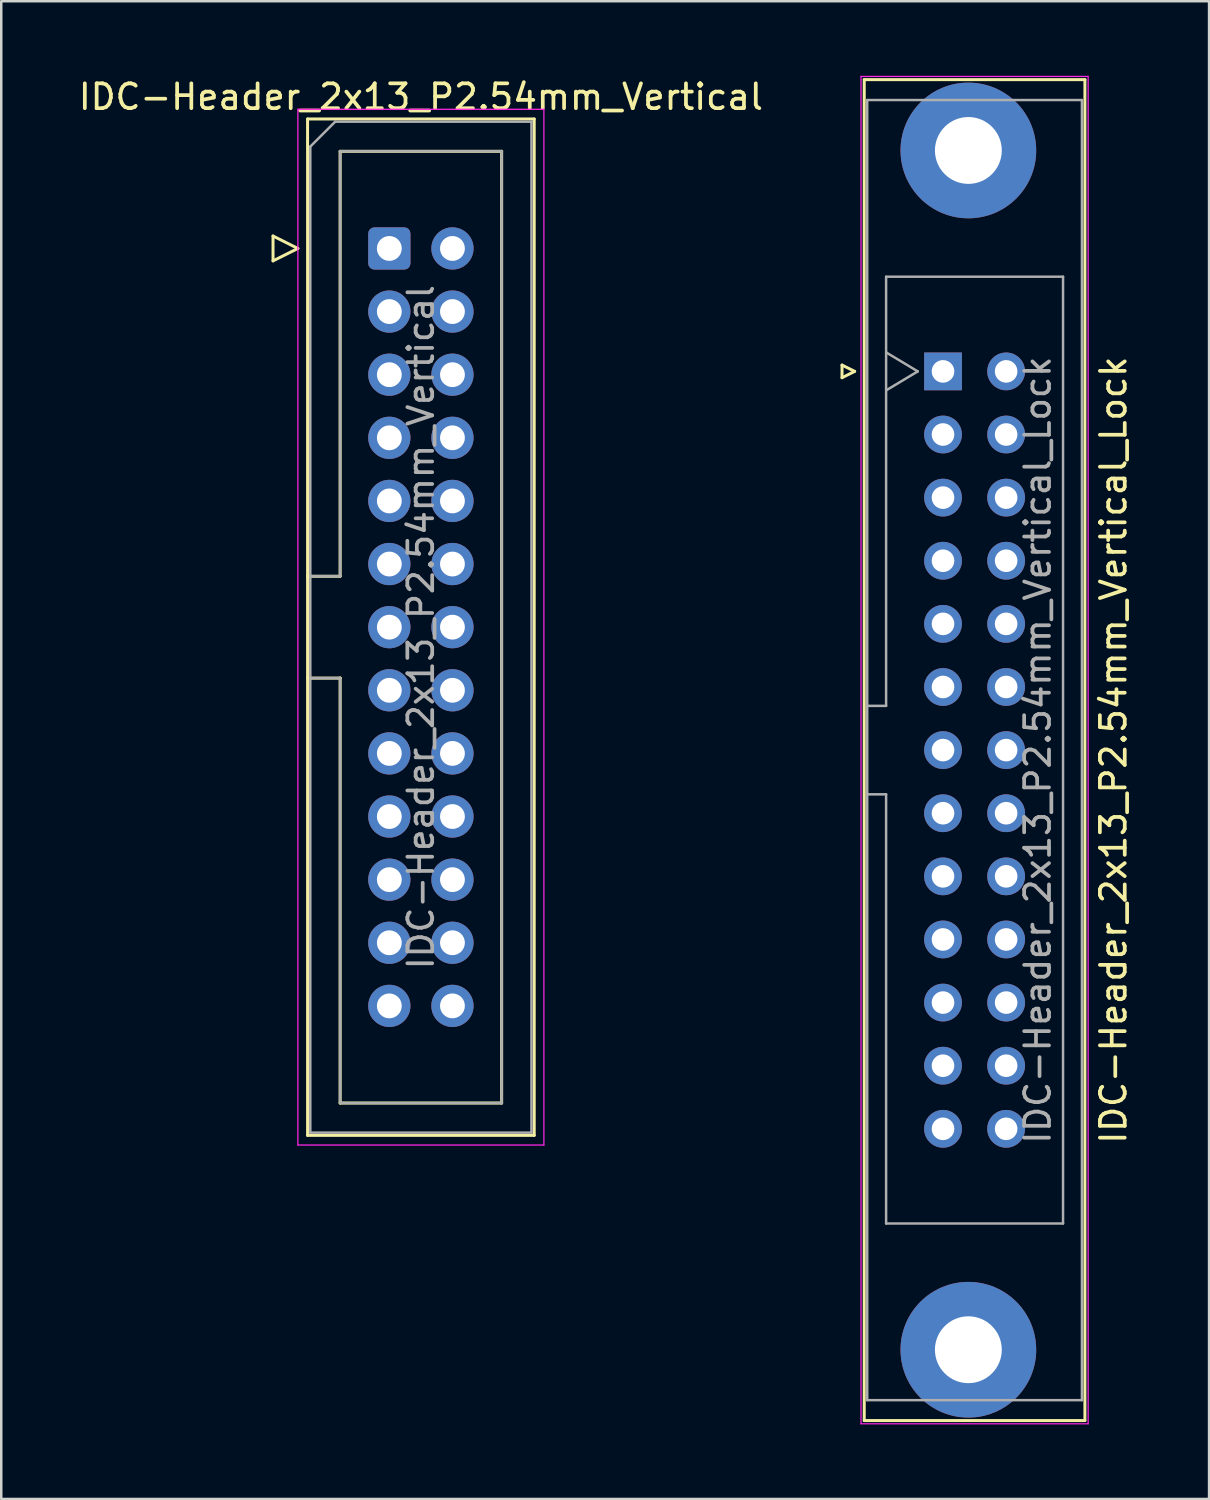
<source format=kicad_pcb>
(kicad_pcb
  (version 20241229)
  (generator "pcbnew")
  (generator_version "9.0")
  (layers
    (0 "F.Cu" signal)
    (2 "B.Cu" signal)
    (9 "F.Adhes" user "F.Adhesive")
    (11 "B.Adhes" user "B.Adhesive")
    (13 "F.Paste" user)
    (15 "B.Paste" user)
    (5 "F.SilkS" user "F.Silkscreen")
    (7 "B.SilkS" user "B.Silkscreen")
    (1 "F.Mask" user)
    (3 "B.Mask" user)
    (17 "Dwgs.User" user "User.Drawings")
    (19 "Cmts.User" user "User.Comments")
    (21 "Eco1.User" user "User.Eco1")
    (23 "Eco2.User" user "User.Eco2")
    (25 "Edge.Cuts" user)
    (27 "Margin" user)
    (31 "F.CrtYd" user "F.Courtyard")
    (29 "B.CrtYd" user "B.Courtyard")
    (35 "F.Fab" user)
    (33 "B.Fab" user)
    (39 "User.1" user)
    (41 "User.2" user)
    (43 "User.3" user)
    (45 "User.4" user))
  (footprint "IDC-Header_2x13_P2.54mm_Vertical_Lock"
    (layer "F.Cu")
    (at 34.898 11.895)
    (property "Reference" "IDC-Header_2x13_P2.54mm_Vertical_Lock" (at 6.858 15.24 270) (layer "F.SilkS") (effects (font (size 1 1) (thickness 0.15))))
    (attr through_hole)
    (fp_line (start -4.064 -0.254) (end -3.556 0) (stroke (width 0.12) (type solid)) (layer "F.SilkS"))
    (fp_line (start -4.064 0.254) (end -4.064 -0.254) (stroke (width 0.12) (type solid)) (layer "F.SilkS"))
    (fp_line (start -3.556 0) (end -4.064 0.254) (stroke (width 0.12) (type solid)) (layer "F.SilkS"))
    (fp_line (start -3.17 42.22) (end -3.17 -11.74) (stroke (width 0.12) (type solid)) (layer "F.SilkS"))
    (fp_line (start -3.17 42.22) (end 5.71 42.22) (stroke (width 0.12) (type solid)) (layer "F.SilkS"))
    (fp_line (start 5.71 -11.74) (end -3.17 -11.74) (stroke (width 0.12) (type solid)) (layer "F.SilkS"))
    (fp_line (start 5.71 -11.74) (end 5.71 42.22) (stroke (width 0.12) (type solid)) (layer "F.SilkS"))
    (fp_line (start -3.3 42.35) (end -3.3 -11.87) (stroke (width 0.05) (type solid)) (layer "F.CrtYd"))
    (fp_line (start -3.3 42.35) (end 5.84 42.35) (stroke (width 0.05) (type solid)) (layer "F.CrtYd"))
    (fp_line (start 5.84 -11.87) (end -3.3 -11.87) (stroke (width 0.05) (type solid)) (layer "F.CrtYd"))
    (fp_line (start 5.84 -11.87) (end 5.84 42.35) (stroke (width 0.05) (type solid)) (layer "F.CrtYd"))
    (fp_line (start -3.05 -10.92) (end -3.05 41.4) (stroke (width 0.1) (type solid)) (layer "F.Fab"))
    (fp_line (start -3.05 13.46) (end -2.29 13.46) (stroke (width 0.1) (type solid)) (layer "F.Fab"))
    (fp_line (start -3.05 41.4) (end 5.59 41.4) (stroke (width 0.1) (type solid)) (layer "F.Fab"))
    (fp_line (start -2.29 -3.81) (end 4.83 -3.81) (stroke (width 0.1) (type solid)) (layer "F.Fab"))
    (fp_line (start -2.29 13.46) (end -2.29 -3.81) (stroke (width 0.1) (type solid)) (layer "F.Fab"))
    (fp_line (start -2.29 17.02) (end -3.05 17.02) (stroke (width 0.1) (type solid)) (layer "F.Fab"))
    (fp_line (start -2.29 34.29) (end -2.29 17.02) (stroke (width 0.1) (type solid)) (layer "F.Fab"))
    (fp_line (start -2.286 -0.762) (end -1.016 0) (stroke (width 0.1) (type solid)) (layer "F.Fab"))
    (fp_line (start -1.016 0) (end -2.286 0.762) (stroke (width 0.1) (type solid)) (layer "F.Fab"))
    (fp_line (start 4.83 -3.81) (end 4.83 34.29) (stroke (width 0.1) (type solid)) (layer "F.Fab"))
    (fp_line (start 4.83 34.29) (end -2.29 34.29) (stroke (width 0.1) (type solid)) (layer "F.Fab"))
    (fp_line (start 5.59 -10.92) (end -3.05 -10.92) (stroke (width 0.1) (type solid)) (layer "F.Fab"))
    (fp_line (start 5.59 41.4) (end 5.59 -10.92) (stroke (width 0.1) (type solid)) (layer "F.Fab"))
    (fp_text user "${REFERENCE}" (at 3.81 15.24 90) (layer "F.Fab") (effects (font (size 1 1) (thickness 0.15))))
    (pad "" thru_hole circle (at 1.02 -8.89 270) (size 5.46 5.46) (drill 2.69) (layers "*.Cu" "*.Mask"))
    (pad "" thru_hole circle (at 1.02 39.37 270) (size 5.46 5.46) (drill 2.69) (layers "*.Cu" "*.Mask"))
    (pad "1" thru_hole rect (at 0 0 270) (size 1.52 1.52) (drill 0.91) (layers "*.Cu" "*.Mask"))
    (pad "2" thru_hole circle (at 2.54 0 270) (size 1.52 1.52) (drill 0.91) (layers "*.Cu" "*.Mask"))
    (pad "3" thru_hole circle (at 0 2.54 270) (size 1.52 1.52) (drill 0.91) (layers "*.Cu" "*.Mask"))
    (pad "4" thru_hole circle (at 2.54 2.54 270) (size 1.52 1.52) (drill 0.91) (layers "*.Cu" "*.Mask"))
    (pad "5" thru_hole circle (at 0 5.08 270) (size 1.52 1.52) (drill 0.91) (layers "*.Cu" "*.Mask"))
    (pad "6" thru_hole circle (at 2.54 5.08 270) (size 1.52 1.52) (drill 0.91) (layers "*.Cu" "*.Mask"))
    (pad "7" thru_hole circle (at 0 7.62 270) (size 1.52 1.52) (drill 0.91) (layers "*.Cu" "*.Mask"))
    (pad "8" thru_hole circle (at 2.54 7.62 270) (size 1.52 1.52) (drill 0.91) (layers "*.Cu" "*.Mask"))
    (pad "9" thru_hole circle (at 0 10.16 270) (size 1.52 1.52) (drill 0.91) (layers "*.Cu" "*.Mask"))
    (pad "10" thru_hole circle (at 2.54 10.16 270) (size 1.52 1.52) (drill 0.91) (layers "*.Cu" "*.Mask"))
    (pad "11" thru_hole circle (at 0 12.7 270) (size 1.52 1.52) (drill 0.91) (layers "*.Cu" "*.Mask"))
    (pad "12" thru_hole circle (at 2.54 12.7 270) (size 1.52 1.52) (drill 0.91) (layers "*.Cu" "*.Mask"))
    (pad "13" thru_hole circle (at 0 15.24 270) (size 1.52 1.52) (drill 0.91) (layers "*.Cu" "*.Mask"))
    (pad "14" thru_hole circle (at 2.54 15.24 270) (size 1.52 1.52) (drill 0.91) (layers "*.Cu" "*.Mask"))
    (pad "15" thru_hole circle (at 0 17.78 270) (size 1.52 1.52) (drill 0.91) (layers "*.Cu" "*.Mask"))
    (pad "16" thru_hole circle (at 2.54 17.78 270) (size 1.52 1.52) (drill 0.91) (layers "*.Cu" "*.Mask"))
    (pad "17" thru_hole circle (at 0 20.32 270) (size 1.52 1.52) (drill 0.91) (layers "*.Cu" "*.Mask"))
    (pad "18" thru_hole circle (at 2.54 20.32 270) (size 1.52 1.52) (drill 0.91) (layers "*.Cu" "*.Mask"))
    (pad "19" thru_hole circle (at 0 22.86 270) (size 1.52 1.52) (drill 0.91) (layers "*.Cu" "*.Mask"))
    (pad "20" thru_hole circle (at 2.54 22.86 270) (size 1.52 1.52) (drill 0.91) (layers "*.Cu" "*.Mask"))
    (pad "21" thru_hole circle (at 0 25.4 270) (size 1.52 1.52) (drill 0.91) (layers "*.Cu" "*.Mask"))
    (pad "22" thru_hole circle (at 2.54 25.4 270) (size 1.52 1.52) (drill 0.91) (layers "*.Cu" "*.Mask"))
    (pad "23" thru_hole circle (at 0 27.94 270) (size 1.52 1.52) (drill 0.91) (layers "*.Cu" "*.Mask"))
    (pad "24" thru_hole circle (at 2.54 27.94 270) (size 1.52 1.52) (drill 0.91) (layers "*.Cu" "*.Mask"))
    (pad "25" thru_hole circle (at 0 30.48 270) (size 1.52 1.52) (drill 0.91) (layers "*.Cu" "*.Mask"))
    (pad "26" thru_hole circle (at 2.54 30.48 270) (size 1.52 1.52) (drill 0.91) (layers "*.Cu" "*.Mask")))
  (footprint "IDC-Header_2x13_P2.54mm_Vertical"
    (layer "F.Cu")
    (at 12.617 6.948)
    (property "Reference" "IDC-Header_2x13_P2.54mm_Vertical" (at 1.27 -6.1 0) (layer "F.SilkS") (effects (font (size 1 1) (thickness 0.15))))
    (attr through_hole)
    (fp_line (start -4.68 -0.5) (end -4.68 0.5) (stroke (width 0.12) (type solid)) (layer "F.SilkS"))
    (fp_line (start -4.68 0.5) (end -3.68 0) (stroke (width 0.12) (type solid)) (layer "F.SilkS"))
    (fp_line (start -3.68 0) (end -4.68 -0.5) (stroke (width 0.12) (type solid)) (layer "F.SilkS"))
    (fp_line (start -3.29 -5.21) (end 5.83 -5.21) (stroke (width 0.12) (type solid)) (layer "F.SilkS"))
    (fp_line (start -3.29 13.19) (end -1.98 13.19) (stroke (width 0.12) (type solid)) (layer "F.SilkS"))
    (fp_line (start -3.29 35.69) (end -3.29 -5.21) (stroke (width 0.12) (type solid)) (layer "F.SilkS"))
    (fp_line (start -1.98 -3.91) (end 4.52 -3.91) (stroke (width 0.12) (type solid)) (layer "F.SilkS"))
    (fp_line (start -1.98 13.19) (end -1.98 -3.91) (stroke (width 0.12) (type solid)) (layer "F.SilkS"))
    (fp_line (start -1.98 17.29) (end -3.29 17.29) (stroke (width 0.12) (type solid)) (layer "F.SilkS"))
    (fp_line (start -1.98 17.29) (end -1.98 17.29) (stroke (width 0.12) (type solid)) (layer "F.SilkS"))
    (fp_line (start -1.98 34.39) (end -1.98 17.29) (stroke (width 0.12) (type solid)) (layer "F.SilkS"))
    (fp_line (start 4.52 -3.91) (end 4.52 34.39) (stroke (width 0.12) (type solid)) (layer "F.SilkS"))
    (fp_line (start 4.52 34.39) (end -1.98 34.39) (stroke (width 0.12) (type solid)) (layer "F.SilkS"))
    (fp_line (start 5.83 -5.21) (end 5.83 35.69) (stroke (width 0.12) (type solid)) (layer "F.SilkS"))
    (fp_line (start 5.83 35.69) (end -3.29 35.69) (stroke (width 0.12) (type solid)) (layer "F.SilkS"))
    (fp_line (start -3.68 -5.6) (end -3.68 36.08) (stroke (width 0.05) (type solid)) (layer "F.CrtYd"))
    (fp_line (start -3.68 36.08) (end 6.22 36.08) (stroke (width 0.05) (type solid)) (layer "F.CrtYd"))
    (fp_line (start 6.22 -5.6) (end -3.68 -5.6) (stroke (width 0.05) (type solid)) (layer "F.CrtYd"))
    (fp_line (start 6.22 36.08) (end 6.22 -5.6) (stroke (width 0.05) (type solid)) (layer "F.CrtYd"))
    (fp_line (start -3.18 -4.1) (end -2.18 -5.1) (stroke (width 0.1) (type solid)) (layer "F.Fab"))
    (fp_line (start -3.18 13.19) (end -1.98 13.19) (stroke (width 0.1) (type solid)) (layer "F.Fab"))
    (fp_line (start -3.18 35.58) (end -3.18 -4.1) (stroke (width 0.1) (type solid)) (layer "F.Fab"))
    (fp_line (start -2.18 -5.1) (end 5.72 -5.1) (stroke (width 0.1) (type solid)) (layer "F.Fab"))
    (fp_line (start -1.98 -3.91) (end 4.52 -3.91) (stroke (width 0.1) (type solid)) (layer "F.Fab"))
    (fp_line (start -1.98 13.19) (end -1.98 -3.91) (stroke (width 0.1) (type solid)) (layer "F.Fab"))
    (fp_line (start -1.98 17.29) (end -3.18 17.29) (stroke (width 0.1) (type solid)) (layer "F.Fab"))
    (fp_line (start -1.98 17.29) (end -1.98 17.29) (stroke (width 0.1) (type solid)) (layer "F.Fab"))
    (fp_line (start -1.98 34.39) (end -1.98 17.29) (stroke (width 0.1) (type solid)) (layer "F.Fab"))
    (fp_line (start 4.52 -3.91) (end 4.52 34.39) (stroke (width 0.1) (type solid)) (layer "F.Fab"))
    (fp_line (start 4.52 34.39) (end -1.98 34.39) (stroke (width 0.1) (type solid)) (layer "F.Fab"))
    (fp_line (start 5.72 -5.1) (end 5.72 35.58) (stroke (width 0.1) (type solid)) (layer "F.Fab"))
    (fp_line (start 5.72 35.58) (end -3.18 35.58) (stroke (width 0.1) (type solid)) (layer "F.Fab"))
    (fp_text user "${REFERENCE}" (at 1.27 15.24 90) (layer "F.Fab") (effects (font (size 1 1) (thickness 0.15))))
    (pad "1" thru_hole roundrect (at 0 0) (size 1.7 1.7) (drill 1) (layers "*.Cu" "*.Mask") (roundrect_rratio 0.147))
    (pad "2" thru_hole circle (at 2.54 0) (size 1.7 1.7) (drill 1) (layers "*.Cu" "*.Mask"))
    (pad "3" thru_hole circle (at 0 2.54) (size 1.7 1.7) (drill 1) (layers "*.Cu" "*.Mask"))
    (pad "4" thru_hole circle (at 2.54 2.54) (size 1.7 1.7) (drill 1) (layers "*.Cu" "*.Mask"))
    (pad "5" thru_hole circle (at 0 5.08) (size 1.7 1.7) (drill 1) (layers "*.Cu" "*.Mask"))
    (pad "6" thru_hole circle (at 2.54 5.08) (size 1.7 1.7) (drill 1) (layers "*.Cu" "*.Mask"))
    (pad "7" thru_hole circle (at 0 7.62) (size 1.7 1.7) (drill 1) (layers "*.Cu" "*.Mask"))
    (pad "8" thru_hole circle (at 2.54 7.62) (size 1.7 1.7) (drill 1) (layers "*.Cu" "*.Mask"))
    (pad "9" thru_hole circle (at 0 10.16) (size 1.7 1.7) (drill 1) (layers "*.Cu" "*.Mask"))
    (pad "10" thru_hole circle (at 2.54 10.16) (size 1.7 1.7) (drill 1) (layers "*.Cu" "*.Mask"))
    (pad "11" thru_hole circle (at 0 12.7) (size 1.7 1.7) (drill 1) (layers "*.Cu" "*.Mask"))
    (pad "12" thru_hole circle (at 2.54 12.7) (size 1.7 1.7) (drill 1) (layers "*.Cu" "*.Mask"))
    (pad "13" thru_hole circle (at 0 15.24) (size 1.7 1.7) (drill 1) (layers "*.Cu" "*.Mask"))
    (pad "14" thru_hole circle (at 2.54 15.24) (size 1.7 1.7) (drill 1) (layers "*.Cu" "*.Mask"))
    (pad "15" thru_hole circle (at 0 17.78) (size 1.7 1.7) (drill 1) (layers "*.Cu" "*.Mask"))
    (pad "16" thru_hole circle (at 2.54 17.78) (size 1.7 1.7) (drill 1) (layers "*.Cu" "*.Mask"))
    (pad "17" thru_hole circle (at 0 20.32) (size 1.7 1.7) (drill 1) (layers "*.Cu" "*.Mask"))
    (pad "18" thru_hole circle (at 2.54 20.32) (size 1.7 1.7) (drill 1) (layers "*.Cu" "*.Mask"))
    (pad "19" thru_hole circle (at 0 22.86) (size 1.7 1.7) (drill 1) (layers "*.Cu" "*.Mask"))
    (pad "20" thru_hole circle (at 2.54 22.86) (size 1.7 1.7) (drill 1) (layers "*.Cu" "*.Mask"))
    (pad "21" thru_hole circle (at 0 25.4) (size 1.7 1.7) (drill 1) (layers "*.Cu" "*.Mask"))
    (pad "22" thru_hole circle (at 2.54 25.4) (size 1.7 1.7) (drill 1) (layers "*.Cu" "*.Mask"))
    (pad "23" thru_hole circle (at 0 27.94) (size 1.7 1.7) (drill 1) (layers "*.Cu" "*.Mask"))
    (pad "24" thru_hole circle (at 2.54 27.94) (size 1.7 1.7) (drill 1) (layers "*.Cu" "*.Mask"))
    (pad "25" thru_hole circle (at 0 30.48) (size 1.7 1.7) (drill 1) (layers "*.Cu" "*.Mask"))
    (pad "26" thru_hole circle (at 2.54 30.48) (size 1.7 1.7) (drill 1) (layers "*.Cu" "*.Mask")))
  (gr_rect
    (start -3 -3)
    (end 45.604 57.27)
    (stroke (width 0.1) (type default))
    (fill no)
    (layer "Edge.Cuts")))
</source>
